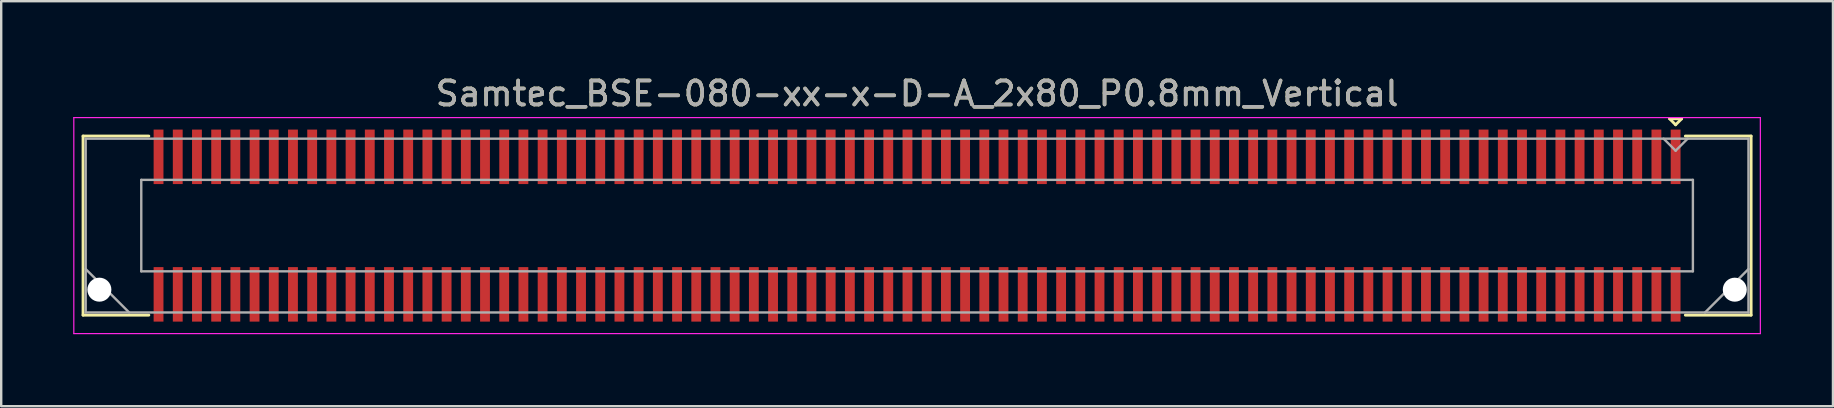
<source format=kicad_pcb>
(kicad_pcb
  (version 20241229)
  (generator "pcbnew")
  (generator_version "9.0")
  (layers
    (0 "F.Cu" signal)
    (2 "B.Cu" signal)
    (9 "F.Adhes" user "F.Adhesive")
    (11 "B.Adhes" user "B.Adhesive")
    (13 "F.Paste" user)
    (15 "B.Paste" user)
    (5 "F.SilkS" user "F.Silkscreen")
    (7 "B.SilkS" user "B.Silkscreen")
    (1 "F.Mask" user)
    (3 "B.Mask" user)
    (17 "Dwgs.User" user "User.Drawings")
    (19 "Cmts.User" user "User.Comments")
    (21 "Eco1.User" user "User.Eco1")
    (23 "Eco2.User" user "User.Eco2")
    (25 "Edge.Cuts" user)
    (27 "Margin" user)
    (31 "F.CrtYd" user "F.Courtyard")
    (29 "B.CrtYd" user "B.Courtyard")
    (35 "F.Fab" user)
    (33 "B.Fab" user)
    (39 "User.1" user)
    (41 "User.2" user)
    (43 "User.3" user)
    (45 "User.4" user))
  (footprint "Samtec_BSE-080-xx-x-D-A_2x80_P0.8mm_Vertical"
    (layer "F.Cu")
    (at 35.155 6.348)
    (property "Reference" "Samtec_BSE-080-xx-x-D-A_2x80_P0.8mm_Vertical" (at 0 -5.5 0) (layer "F.SilkS") (effects (font (size 1 1) (thickness 0.15))))
    (attr smd)
    (fp_line (start -34.745 -3.73) (end -32.005 -3.73) (stroke (width 0.12) (type solid)) (layer "F.SilkS"))
    (fp_line (start -34.745 3.73) (end -34.745 -3.73) (stroke (width 0.12) (type solid)) (layer "F.SilkS"))
    (fp_line (start -32.005 3.73) (end -34.745 3.73) (stroke (width 0.12) (type solid)) (layer "F.SilkS"))
    (fp_line (start 31.35 -4.45) (end 31.85 -4.45) (stroke (width 0.12) (type solid)) (layer "F.SilkS"))
    (fp_line (start 31.6 -4.2) (end 31.35 -4.45) (stroke (width 0.12) (type solid)) (layer "F.SilkS"))
    (fp_line (start 31.85 -4.45) (end 31.6 -4.2) (stroke (width 0.12) (type solid)) (layer "F.SilkS"))
    (fp_line (start 32.005 3.73) (end 34.745 3.73) (stroke (width 0.12) (type solid)) (layer "F.SilkS"))
    (fp_line (start 34.745 -3.73) (end 32.005 -3.73) (stroke (width 0.12) (type solid)) (layer "F.SilkS"))
    (fp_line (start 34.745 3.73) (end 34.745 -3.73) (stroke (width 0.12) (type solid)) (layer "F.SilkS"))
    (fp_line (start -35.13 -4.5) (end -35.13 4.5) (stroke (width 0.05) (type solid)) (layer "F.CrtYd"))
    (fp_line (start -35.13 4.5) (end 35.13 4.5) (stroke (width 0.05) (type solid)) (layer "F.CrtYd"))
    (fp_line (start 35.13 -4.5) (end -35.13 -4.5) (stroke (width 0.05) (type solid)) (layer "F.CrtYd"))
    (fp_line (start 35.13 4.5) (end 35.13 -4.5) (stroke (width 0.05) (type solid)) (layer "F.CrtYd"))
    (fp_line (start -34.635 -3.62) (end -34.635 3.62) (stroke (width 0.1) (type solid)) (layer "F.Fab"))
    (fp_line (start -34.635 1.81) (end -32.825 3.62) (stroke (width 0.1) (type solid)) (layer "F.Fab"))
    (fp_line (start -34.635 3.62) (end 34.635 3.62) (stroke (width 0.1) (type solid)) (layer "F.Fab"))
    (fp_line (start -32.32 -1.905) (end -32.32 1.905) (stroke (width 0.1) (type solid)) (layer "F.Fab"))
    (fp_line (start -32.32 1.905) (end 32.32 1.905) (stroke (width 0.1) (type solid)) (layer "F.Fab"))
    (fp_line (start 31.6 -3.12) (end 31.1 -3.62) (stroke (width 0.1) (type solid)) (layer "F.Fab"))
    (fp_line (start 32.1 -3.62) (end 31.6 -3.12) (stroke (width 0.1) (type solid)) (layer "F.Fab"))
    (fp_line (start 32.32 -1.905) (end -32.32 -1.905) (stroke (width 0.1) (type solid)) (layer "F.Fab"))
    (fp_line (start 32.32 1.905) (end 32.32 -1.905) (stroke (width 0.1) (type solid)) (layer "F.Fab"))
    (fp_line (start 34.635 -3.62) (end -34.635 -3.62) (stroke (width 0.1) (type solid)) (layer "F.Fab"))
    (fp_line (start 34.635 1.81) (end 32.825 3.62) (stroke (width 0.1) (type solid)) (layer "F.Fab"))
    (fp_line (start 34.635 3.62) (end 34.635 -3.62) (stroke (width 0.1) (type solid)) (layer "F.Fab"))
    (fp_text user "${REFERENCE}" (at 0 -5.5 0) (layer "F.Fab") (effects (font (size 1 1) (thickness 0.15))))
    (pad "" np_thru_hole circle (at -34.065 2.67) (size 1 1) (drill 1) (layers "*.Cu" "*.Mask"))
    (pad "" np_thru_hole circle (at 34.065 2.67) (size 1 1) (drill 1) (layers "*.Cu" "*.Mask"))
    (pad "1" smd rect (at 31.6 -2.865) (size 0.41 2.27) (layers "F.Cu" "F.Mask" "F.Paste"))
    (pad "2" smd rect (at 31.6 2.865) (size 0.41 2.27) (layers "F.Cu" "F.Mask" "F.Paste"))
    (pad "3" smd rect (at 30.8 -2.865) (size 0.41 2.27) (layers "F.Cu" "F.Mask" "F.Paste"))
    (pad "4" smd rect (at 30.8 2.865) (size 0.41 2.27) (layers "F.Cu" "F.Mask" "F.Paste"))
    (pad "5" smd rect (at 30 -2.865) (size 0.41 2.27) (layers "F.Cu" "F.Mask" "F.Paste"))
    (pad "6" smd rect (at 30 2.865) (size 0.41 2.27) (layers "F.Cu" "F.Mask" "F.Paste"))
    (pad "7" smd rect (at 29.2 -2.865) (size 0.41 2.27) (layers "F.Cu" "F.Mask" "F.Paste"))
    (pad "8" smd rect (at 29.2 2.865) (size 0.41 2.27) (layers "F.Cu" "F.Mask" "F.Paste"))
    (pad "9" smd rect (at 28.4 -2.865) (size 0.41 2.27) (layers "F.Cu" "F.Mask" "F.Paste"))
    (pad "10" smd rect (at 28.4 2.865) (size 0.41 2.27) (layers "F.Cu" "F.Mask" "F.Paste"))
    (pad "11" smd rect (at 27.6 -2.865) (size 0.41 2.27) (layers "F.Cu" "F.Mask" "F.Paste"))
    (pad "12" smd rect (at 27.6 2.865) (size 0.41 2.27) (layers "F.Cu" "F.Mask" "F.Paste"))
    (pad "13" smd rect (at 26.8 -2.865) (size 0.41 2.27) (layers "F.Cu" "F.Mask" "F.Paste"))
    (pad "14" smd rect (at 26.8 2.865) (size 0.41 2.27) (layers "F.Cu" "F.Mask" "F.Paste"))
    (pad "15" smd rect (at 26 -2.865) (size 0.41 2.27) (layers "F.Cu" "F.Mask" "F.Paste"))
    (pad "16" smd rect (at 26 2.865) (size 0.41 2.27) (layers "F.Cu" "F.Mask" "F.Paste"))
    (pad "17" smd rect (at 25.2 -2.865) (size 0.41 2.27) (layers "F.Cu" "F.Mask" "F.Paste"))
    (pad "18" smd rect (at 25.2 2.865) (size 0.41 2.27) (layers "F.Cu" "F.Mask" "F.Paste"))
    (pad "19" smd rect (at 24.4 -2.865) (size 0.41 2.27) (layers "F.Cu" "F.Mask" "F.Paste"))
    (pad "20" smd rect (at 24.4 2.865) (size 0.41 2.27) (layers "F.Cu" "F.Mask" "F.Paste"))
    (pad "21" smd rect (at 23.6 -2.865) (size 0.41 2.27) (layers "F.Cu" "F.Mask" "F.Paste"))
    (pad "22" smd rect (at 23.6 2.865) (size 0.41 2.27) (layers "F.Cu" "F.Mask" "F.Paste"))
    (pad "23" smd rect (at 22.8 -2.865) (size 0.41 2.27) (layers "F.Cu" "F.Mask" "F.Paste"))
    (pad "24" smd rect (at 22.8 2.865) (size 0.41 2.27) (layers "F.Cu" "F.Mask" "F.Paste"))
    (pad "25" smd rect (at 22 -2.865) (size 0.41 2.27) (layers "F.Cu" "F.Mask" "F.Paste"))
    (pad "26" smd rect (at 22 2.865) (size 0.41 2.27) (layers "F.Cu" "F.Mask" "F.Paste"))
    (pad "27" smd rect (at 21.2 -2.865) (size 0.41 2.27) (layers "F.Cu" "F.Mask" "F.Paste"))
    (pad "28" smd rect (at 21.2 2.865) (size 0.41 2.27) (layers "F.Cu" "F.Mask" "F.Paste"))
    (pad "29" smd rect (at 20.4 -2.865) (size 0.41 2.27) (layers "F.Cu" "F.Mask" "F.Paste"))
    (pad "30" smd rect (at 20.4 2.865) (size 0.41 2.27) (layers "F.Cu" "F.Mask" "F.Paste"))
    (pad "31" smd rect (at 19.6 -2.865) (size 0.41 2.27) (layers "F.Cu" "F.Mask" "F.Paste"))
    (pad "32" smd rect (at 19.6 2.865) (size 0.41 2.27) (layers "F.Cu" "F.Mask" "F.Paste"))
    (pad "33" smd rect (at 18.8 -2.865) (size 0.41 2.27) (layers "F.Cu" "F.Mask" "F.Paste"))
    (pad "34" smd rect (at 18.8 2.865) (size 0.41 2.27) (layers "F.Cu" "F.Mask" "F.Paste"))
    (pad "35" smd rect (at 18 -2.865) (size 0.41 2.27) (layers "F.Cu" "F.Mask" "F.Paste"))
    (pad "36" smd rect (at 18 2.865) (size 0.41 2.27) (layers "F.Cu" "F.Mask" "F.Paste"))
    (pad "37" smd rect (at 17.2 -2.865) (size 0.41 2.27) (layers "F.Cu" "F.Mask" "F.Paste"))
    (pad "38" smd rect (at 17.2 2.865) (size 0.41 2.27) (layers "F.Cu" "F.Mask" "F.Paste"))
    (pad "39" smd rect (at 16.4 -2.865) (size 0.41 2.27) (layers "F.Cu" "F.Mask" "F.Paste"))
    (pad "40" smd rect (at 16.4 2.865) (size 0.41 2.27) (layers "F.Cu" "F.Mask" "F.Paste"))
    (pad "41" smd rect (at 15.6 -2.865) (size 0.41 2.27) (layers "F.Cu" "F.Mask" "F.Paste"))
    (pad "42" smd rect (at 15.6 2.865) (size 0.41 2.27) (layers "F.Cu" "F.Mask" "F.Paste"))
    (pad "43" smd rect (at 14.8 -2.865) (size 0.41 2.27) (layers "F.Cu" "F.Mask" "F.Paste"))
    (pad "44" smd rect (at 14.8 2.865) (size 0.41 2.27) (layers "F.Cu" "F.Mask" "F.Paste"))
    (pad "45" smd rect (at 14 -2.865) (size 0.41 2.27) (layers "F.Cu" "F.Mask" "F.Paste"))
    (pad "46" smd rect (at 14 2.865) (size 0.41 2.27) (layers "F.Cu" "F.Mask" "F.Paste"))
    (pad "47" smd rect (at 13.2 -2.865) (size 0.41 2.27) (layers "F.Cu" "F.Mask" "F.Paste"))
    (pad "48" smd rect (at 13.2 2.865) (size 0.41 2.27) (layers "F.Cu" "F.Mask" "F.Paste"))
    (pad "49" smd rect (at 12.4 -2.865) (size 0.41 2.27) (layers "F.Cu" "F.Mask" "F.Paste"))
    (pad "50" smd rect (at 12.4 2.865) (size 0.41 2.27) (layers "F.Cu" "F.Mask" "F.Paste"))
    (pad "51" smd rect (at 11.6 -2.865) (size 0.41 2.27) (layers "F.Cu" "F.Mask" "F.Paste"))
    (pad "52" smd rect (at 11.6 2.865) (size 0.41 2.27) (layers "F.Cu" "F.Mask" "F.Paste"))
    (pad "53" smd rect (at 10.8 -2.865) (size 0.41 2.27) (layers "F.Cu" "F.Mask" "F.Paste"))
    (pad "54" smd rect (at 10.8 2.865) (size 0.41 2.27) (layers "F.Cu" "F.Mask" "F.Paste"))
    (pad "55" smd rect (at 10 -2.865) (size 0.41 2.27) (layers "F.Cu" "F.Mask" "F.Paste"))
    (pad "56" smd rect (at 10 2.865) (size 0.41 2.27) (layers "F.Cu" "F.Mask" "F.Paste"))
    (pad "57" smd rect (at 9.2 -2.865) (size 0.41 2.27) (layers "F.Cu" "F.Mask" "F.Paste"))
    (pad "58" smd rect (at 9.2 2.865) (size 0.41 2.27) (layers "F.Cu" "F.Mask" "F.Paste"))
    (pad "59" smd rect (at 8.4 -2.865) (size 0.41 2.27) (layers "F.Cu" "F.Mask" "F.Paste"))
    (pad "60" smd rect (at 8.4 2.865) (size 0.41 2.27) (layers "F.Cu" "F.Mask" "F.Paste"))
    (pad "61" smd rect (at 7.6 -2.865) (size 0.41 2.27) (layers "F.Cu" "F.Mask" "F.Paste"))
    (pad "62" smd rect (at 7.6 2.865) (size 0.41 2.27) (layers "F.Cu" "F.Mask" "F.Paste"))
    (pad "63" smd rect (at 6.8 -2.865) (size 0.41 2.27) (layers "F.Cu" "F.Mask" "F.Paste"))
    (pad "64" smd rect (at 6.8 2.865) (size 0.41 2.27) (layers "F.Cu" "F.Mask" "F.Paste"))
    (pad "65" smd rect (at 6 -2.865) (size 0.41 2.27) (layers "F.Cu" "F.Mask" "F.Paste"))
    (pad "66" smd rect (at 6 2.865) (size 0.41 2.27) (layers "F.Cu" "F.Mask" "F.Paste"))
    (pad "67" smd rect (at 5.2 -2.865) (size 0.41 2.27) (layers "F.Cu" "F.Mask" "F.Paste"))
    (pad "68" smd rect (at 5.2 2.865) (size 0.41 2.27) (layers "F.Cu" "F.Mask" "F.Paste"))
    (pad "69" smd rect (at 4.4 -2.865) (size 0.41 2.27) (layers "F.Cu" "F.Mask" "F.Paste"))
    (pad "70" smd rect (at 4.4 2.865) (size 0.41 2.27) (layers "F.Cu" "F.Mask" "F.Paste"))
    (pad "71" smd rect (at 3.6 -2.865) (size 0.41 2.27) (layers "F.Cu" "F.Mask" "F.Paste"))
    (pad "72" smd rect (at 3.6 2.865) (size 0.41 2.27) (layers "F.Cu" "F.Mask" "F.Paste"))
    (pad "73" smd rect (at 2.8 -2.865) (size 0.41 2.27) (layers "F.Cu" "F.Mask" "F.Paste"))
    (pad "74" smd rect (at 2.8 2.865) (size 0.41 2.27) (layers "F.Cu" "F.Mask" "F.Paste"))
    (pad "75" smd rect (at 2 -2.865) (size 0.41 2.27) (layers "F.Cu" "F.Mask" "F.Paste"))
    (pad "76" smd rect (at 2 2.865) (size 0.41 2.27) (layers "F.Cu" "F.Mask" "F.Paste"))
    (pad "77" smd rect (at 1.2 -2.865) (size 0.41 2.27) (layers "F.Cu" "F.Mask" "F.Paste"))
    (pad "78" smd rect (at 1.2 2.865) (size 0.41 2.27) (layers "F.Cu" "F.Mask" "F.Paste"))
    (pad "79" smd rect (at 0.4 -2.865) (size 0.41 2.27) (layers "F.Cu" "F.Mask" "F.Paste"))
    (pad "80" smd rect (at 0.4 2.865) (size 0.41 2.27) (layers "F.Cu" "F.Mask" "F.Paste"))
    (pad "81" smd rect (at -0.4 -2.865) (size 0.41 2.27) (layers "F.Cu" "F.Mask" "F.Paste"))
    (pad "82" smd rect (at -0.4 2.865) (size 0.41 2.27) (layers "F.Cu" "F.Mask" "F.Paste"))
    (pad "83" smd rect (at -1.2 -2.865) (size 0.41 2.27) (layers "F.Cu" "F.Mask" "F.Paste"))
    (pad "84" smd rect (at -1.2 2.865) (size 0.41 2.27) (layers "F.Cu" "F.Mask" "F.Paste"))
    (pad "85" smd rect (at -2 -2.865) (size 0.41 2.27) (layers "F.Cu" "F.Mask" "F.Paste"))
    (pad "86" smd rect (at -2 2.865) (size 0.41 2.27) (layers "F.Cu" "F.Mask" "F.Paste"))
    (pad "87" smd rect (at -2.8 -2.865) (size 0.41 2.27) (layers "F.Cu" "F.Mask" "F.Paste"))
    (pad "88" smd rect (at -2.8 2.865) (size 0.41 2.27) (layers "F.Cu" "F.Mask" "F.Paste"))
    (pad "89" smd rect (at -3.6 -2.865) (size 0.41 2.27) (layers "F.Cu" "F.Mask" "F.Paste"))
    (pad "90" smd rect (at -3.6 2.865) (size 0.41 2.27) (layers "F.Cu" "F.Mask" "F.Paste"))
    (pad "91" smd rect (at -4.4 -2.865) (size 0.41 2.27) (layers "F.Cu" "F.Mask" "F.Paste"))
    (pad "92" smd rect (at -4.4 2.865) (size 0.41 2.27) (layers "F.Cu" "F.Mask" "F.Paste"))
    (pad "93" smd rect (at -5.2 -2.865) (size 0.41 2.27) (layers "F.Cu" "F.Mask" "F.Paste"))
    (pad "94" smd rect (at -5.2 2.865) (size 0.41 2.27) (layers "F.Cu" "F.Mask" "F.Paste"))
    (pad "95" smd rect (at -6 -2.865) (size 0.41 2.27) (layers "F.Cu" "F.Mask" "F.Paste"))
    (pad "96" smd rect (at -6 2.865) (size 0.41 2.27) (layers "F.Cu" "F.Mask" "F.Paste"))
    (pad "97" smd rect (at -6.8 -2.865) (size 0.41 2.27) (layers "F.Cu" "F.Mask" "F.Paste"))
    (pad "98" smd rect (at -6.8 2.865) (size 0.41 2.27) (layers "F.Cu" "F.Mask" "F.Paste"))
    (pad "99" smd rect (at -7.6 -2.865) (size 0.41 2.27) (layers "F.Cu" "F.Mask" "F.Paste"))
    (pad "100" smd rect (at -7.6 2.865) (size 0.41 2.27) (layers "F.Cu" "F.Mask" "F.Paste"))
    (pad "101" smd rect (at -8.4 -2.865) (size 0.41 2.27) (layers "F.Cu" "F.Mask" "F.Paste"))
    (pad "102" smd rect (at -8.4 2.865) (size 0.41 2.27) (layers "F.Cu" "F.Mask" "F.Paste"))
    (pad "103" smd rect (at -9.2 -2.865) (size 0.41 2.27) (layers "F.Cu" "F.Mask" "F.Paste"))
    (pad "104" smd rect (at -9.2 2.865) (size 0.41 2.27) (layers "F.Cu" "F.Mask" "F.Paste"))
    (pad "105" smd rect (at -10 -2.865) (size 0.41 2.27) (layers "F.Cu" "F.Mask" "F.Paste"))
    (pad "106" smd rect (at -10 2.865) (size 0.41 2.27) (layers "F.Cu" "F.Mask" "F.Paste"))
    (pad "107" smd rect (at -10.8 -2.865) (size 0.41 2.27) (layers "F.Cu" "F.Mask" "F.Paste"))
    (pad "108" smd rect (at -10.8 2.865) (size 0.41 2.27) (layers "F.Cu" "F.Mask" "F.Paste"))
    (pad "109" smd rect (at -11.6 -2.865) (size 0.41 2.27) (layers "F.Cu" "F.Mask" "F.Paste"))
    (pad "110" smd rect (at -11.6 2.865) (size 0.41 2.27) (layers "F.Cu" "F.Mask" "F.Paste"))
    (pad "111" smd rect (at -12.4 -2.865) (size 0.41 2.27) (layers "F.Cu" "F.Mask" "F.Paste"))
    (pad "112" smd rect (at -12.4 2.865) (size 0.41 2.27) (layers "F.Cu" "F.Mask" "F.Paste"))
    (pad "113" smd rect (at -13.2 -2.865) (size 0.41 2.27) (layers "F.Cu" "F.Mask" "F.Paste"))
    (pad "114" smd rect (at -13.2 2.865) (size 0.41 2.27) (layers "F.Cu" "F.Mask" "F.Paste"))
    (pad "115" smd rect (at -14 -2.865) (size 0.41 2.27) (layers "F.Cu" "F.Mask" "F.Paste"))
    (pad "116" smd rect (at -14 2.865) (size 0.41 2.27) (layers "F.Cu" "F.Mask" "F.Paste"))
    (pad "117" smd rect (at -14.8 -2.865) (size 0.41 2.27) (layers "F.Cu" "F.Mask" "F.Paste"))
    (pad "118" smd rect (at -14.8 2.865) (size 0.41 2.27) (layers "F.Cu" "F.Mask" "F.Paste"))
    (pad "119" smd rect (at -15.6 -2.865) (size 0.41 2.27) (layers "F.Cu" "F.Mask" "F.Paste"))
    (pad "120" smd rect (at -15.6 2.865) (size 0.41 2.27) (layers "F.Cu" "F.Mask" "F.Paste"))
    (pad "121" smd rect (at -16.4 -2.865) (size 0.41 2.27) (layers "F.Cu" "F.Mask" "F.Paste"))
    (pad "122" smd rect (at -16.4 2.865) (size 0.41 2.27) (layers "F.Cu" "F.Mask" "F.Paste"))
    (pad "123" smd rect (at -17.2 -2.865) (size 0.41 2.27) (layers "F.Cu" "F.Mask" "F.Paste"))
    (pad "124" smd rect (at -17.2 2.865) (size 0.41 2.27) (layers "F.Cu" "F.Mask" "F.Paste"))
    (pad "125" smd rect (at -18 -2.865) (size 0.41 2.27) (layers "F.Cu" "F.Mask" "F.Paste"))
    (pad "126" smd rect (at -18 2.865) (size 0.41 2.27) (layers "F.Cu" "F.Mask" "F.Paste"))
    (pad "127" smd rect (at -18.8 -2.865) (size 0.41 2.27) (layers "F.Cu" "F.Mask" "F.Paste"))
    (pad "128" smd rect (at -18.8 2.865) (size 0.41 2.27) (layers "F.Cu" "F.Mask" "F.Paste"))
    (pad "129" smd rect (at -19.6 -2.865) (size 0.41 2.27) (layers "F.Cu" "F.Mask" "F.Paste"))
    (pad "130" smd rect (at -19.6 2.865) (size 0.41 2.27) (layers "F.Cu" "F.Mask" "F.Paste"))
    (pad "131" smd rect (at -20.4 -2.865) (size 0.41 2.27) (layers "F.Cu" "F.Mask" "F.Paste"))
    (pad "132" smd rect (at -20.4 2.865) (size 0.41 2.27) (layers "F.Cu" "F.Mask" "F.Paste"))
    (pad "133" smd rect (at -21.2 -2.865) (size 0.41 2.27) (layers "F.Cu" "F.Mask" "F.Paste"))
    (pad "134" smd rect (at -21.2 2.865) (size 0.41 2.27) (layers "F.Cu" "F.Mask" "F.Paste"))
    (pad "135" smd rect (at -22 -2.865) (size 0.41 2.27) (layers "F.Cu" "F.Mask" "F.Paste"))
    (pad "136" smd rect (at -22 2.865) (size 0.41 2.27) (layers "F.Cu" "F.Mask" "F.Paste"))
    (pad "137" smd rect (at -22.8 -2.865) (size 0.41 2.27) (layers "F.Cu" "F.Mask" "F.Paste"))
    (pad "138" smd rect (at -22.8 2.865) (size 0.41 2.27) (layers "F.Cu" "F.Mask" "F.Paste"))
    (pad "139" smd rect (at -23.6 -2.865) (size 0.41 2.27) (layers "F.Cu" "F.Mask" "F.Paste"))
    (pad "140" smd rect (at -23.6 2.865) (size 0.41 2.27) (layers "F.Cu" "F.Mask" "F.Paste"))
    (pad "141" smd rect (at -24.4 -2.865) (size 0.41 2.27) (layers "F.Cu" "F.Mask" "F.Paste"))
    (pad "142" smd rect (at -24.4 2.865) (size 0.41 2.27) (layers "F.Cu" "F.Mask" "F.Paste"))
    (pad "143" smd rect (at -25.2 -2.865) (size 0.41 2.27) (layers "F.Cu" "F.Mask" "F.Paste"))
    (pad "144" smd rect (at -25.2 2.865) (size 0.41 2.27) (layers "F.Cu" "F.Mask" "F.Paste"))
    (pad "145" smd rect (at -26 -2.865) (size 0.41 2.27) (layers "F.Cu" "F.Mask" "F.Paste"))
    (pad "146" smd rect (at -26 2.865) (size 0.41 2.27) (layers "F.Cu" "F.Mask" "F.Paste"))
    (pad "147" smd rect (at -26.8 -2.865) (size 0.41 2.27) (layers "F.Cu" "F.Mask" "F.Paste"))
    (pad "148" smd rect (at -26.8 2.865) (size 0.41 2.27) (layers "F.Cu" "F.Mask" "F.Paste"))
    (pad "149" smd rect (at -27.6 -2.865) (size 0.41 2.27) (layers "F.Cu" "F.Mask" "F.Paste"))
    (pad "150" smd rect (at -27.6 2.865) (size 0.41 2.27) (layers "F.Cu" "F.Mask" "F.Paste"))
    (pad "151" smd rect (at -28.4 -2.865) (size 0.41 2.27) (layers "F.Cu" "F.Mask" "F.Paste"))
    (pad "152" smd rect (at -28.4 2.865) (size 0.41 2.27) (layers "F.Cu" "F.Mask" "F.Paste"))
    (pad "153" smd rect (at -29.2 -2.865) (size 0.41 2.27) (layers "F.Cu" "F.Mask" "F.Paste"))
    (pad "154" smd rect (at -29.2 2.865) (size 0.41 2.27) (layers "F.Cu" "F.Mask" "F.Paste"))
    (pad "155" smd rect (at -30 -2.865) (size 0.41 2.27) (layers "F.Cu" "F.Mask" "F.Paste"))
    (pad "156" smd rect (at -30 2.865) (size 0.41 2.27) (layers "F.Cu" "F.Mask" "F.Paste"))
    (pad "157" smd rect (at -30.8 -2.865) (size 0.41 2.27) (layers "F.Cu" "F.Mask" "F.Paste"))
    (pad "158" smd rect (at -30.8 2.865) (size 0.41 2.27) (layers "F.Cu" "F.Mask" "F.Paste"))
    (pad "159" smd rect (at -31.6 -2.865) (size 0.41 2.27) (layers "F.Cu" "F.Mask" "F.Paste"))
    (pad "160" smd rect (at -31.6 2.865) (size 0.41 2.27) (layers "F.Cu" "F.Mask" "F.Paste")))
  (gr_rect
    (start -3 -3)
    (end 73.31 13.873)
    (stroke (width 0.1) (type default))
    (fill no)
    (layer "Edge.Cuts")))
</source>
